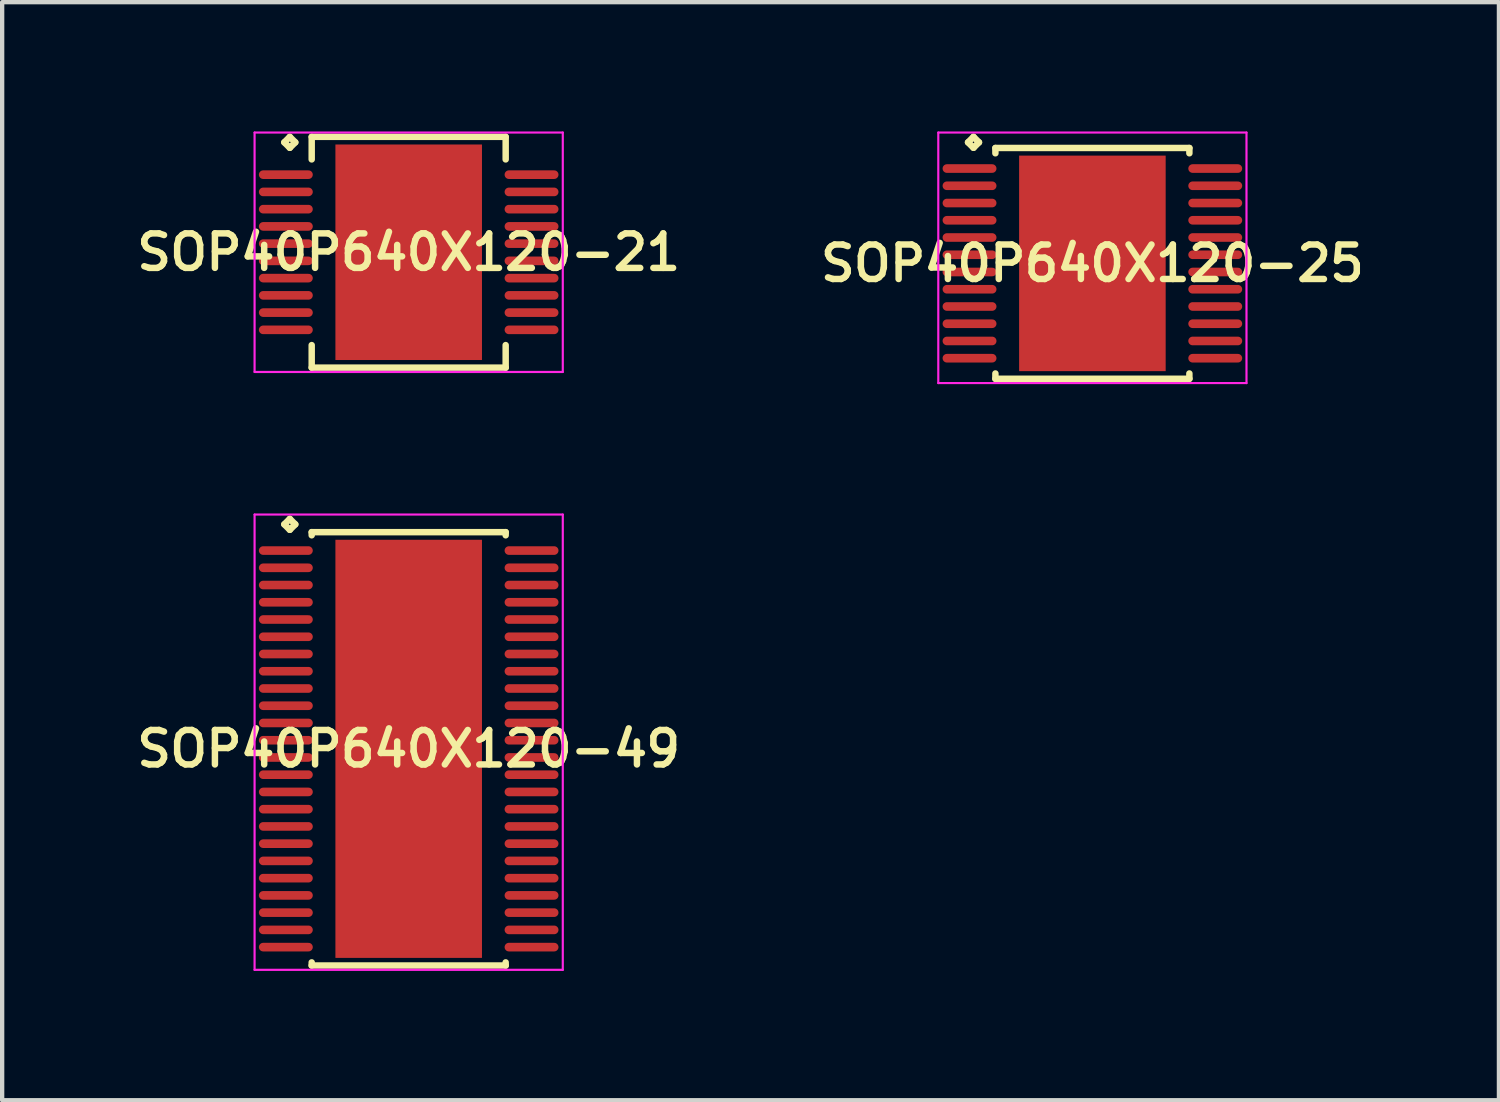
<source format=kicad_pcb>
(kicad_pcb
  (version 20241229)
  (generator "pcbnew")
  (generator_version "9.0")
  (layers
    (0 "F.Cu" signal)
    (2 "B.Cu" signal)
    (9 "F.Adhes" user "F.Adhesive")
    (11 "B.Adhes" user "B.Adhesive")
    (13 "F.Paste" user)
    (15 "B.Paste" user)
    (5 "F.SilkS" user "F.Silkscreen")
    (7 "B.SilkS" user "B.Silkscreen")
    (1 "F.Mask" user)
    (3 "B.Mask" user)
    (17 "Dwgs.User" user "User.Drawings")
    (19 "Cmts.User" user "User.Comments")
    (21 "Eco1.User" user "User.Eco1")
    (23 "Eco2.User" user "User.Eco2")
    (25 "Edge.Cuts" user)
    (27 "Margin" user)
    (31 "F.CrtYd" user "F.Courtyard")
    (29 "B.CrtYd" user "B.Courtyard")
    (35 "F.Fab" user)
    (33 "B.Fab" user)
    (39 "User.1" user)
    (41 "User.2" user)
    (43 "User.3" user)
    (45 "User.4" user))
  (footprint "SOP40P640X120-49"
    (layer "F.Cu")
    (at 6.431 14.322)
    (property "Reference" "SOP40P640X120-49" (at 0 0 0) (layer "F.SilkS") (effects (font (size 0.8 0.8) (thickness 0.15))))
    (attr smd)
    (fp_line (start -2.885 -5.208) (end -2.758 -5.335) (stroke (width 0.15) (type solid)) (layer "F.SilkS"))
    (fp_line (start -2.758 -5.335) (end -2.631 -5.208) (stroke (width 0.15) (type solid)) (layer "F.SilkS"))
    (fp_line (start -2.758 -5.081) (end -2.885 -5.208) (stroke (width 0.15) (type solid)) (layer "F.SilkS"))
    (fp_line (start -2.631 -5.208) (end -2.758 -5.081) (stroke (width 0.15) (type solid)) (layer "F.SilkS"))
    (fp_line (start -2.25 -5.027) (end 2.25 -5.027) (stroke (width 0.15) (type solid)) (layer "F.SilkS"))
    (fp_line (start -2.25 -4.954) (end -2.25 -5.027) (stroke (width 0.15) (type solid)) (layer "F.SilkS"))
    (fp_line (start -2.25 4.954) (end -2.25 5.027) (stroke (width 0.15) (type solid)) (layer "F.SilkS"))
    (fp_line (start -2.25 5.027) (end 2.25 5.027) (stroke (width 0.15) (type solid)) (layer "F.SilkS"))
    (fp_line (start 2.25 -5.027) (end 2.25 -4.954) (stroke (width 0.15) (type solid)) (layer "F.SilkS"))
    (fp_line (start 2.25 5.027) (end 2.25 4.954) (stroke (width 0.15) (type solid)) (layer "F.SilkS"))
    (fp_line (start -3.575 -5.435) (end 3.575 -5.435) (stroke (width 0.05) (type solid)) (layer "F.CrtYd"))
    (fp_line (start -3.575 5.127) (end -3.575 -5.435) (stroke (width 0.05) (type solid)) (layer "F.CrtYd"))
    (fp_line (start 3.575 -5.435) (end 3.575 5.127) (stroke (width 0.05) (type solid)) (layer "F.CrtYd"))
    (fp_line (start 3.575 5.127) (end -3.575 5.127) (stroke (width 0.05) (type solid)) (layer "F.CrtYd"))
    (pad "1" smd oval (at -2.85 -4.6) (size 1.25 0.2) (layers "F.Cu" "F.Mask" "F.Paste"))
    (pad "2" smd oval (at -2.85 -4.2) (size 1.25 0.2) (layers "F.Cu" "F.Mask" "F.Paste"))
    (pad "3" smd oval (at -2.85 -3.8) (size 1.25 0.2) (layers "F.Cu" "F.Mask" "F.Paste"))
    (pad "4" smd oval (at -2.85 -3.4) (size 1.25 0.2) (layers "F.Cu" "F.Mask" "F.Paste"))
    (pad "5" smd oval (at -2.85 -3) (size 1.25 0.2) (layers "F.Cu" "F.Mask" "F.Paste"))
    (pad "6" smd oval (at -2.85 -2.6) (size 1.25 0.2) (layers "F.Cu" "F.Mask" "F.Paste"))
    (pad "7" smd oval (at -2.85 -2.2) (size 1.25 0.2) (layers "F.Cu" "F.Mask" "F.Paste"))
    (pad "8" smd oval (at -2.85 -1.8) (size 1.25 0.2) (layers "F.Cu" "F.Mask" "F.Paste"))
    (pad "9" smd oval (at -2.85 -1.4) (size 1.25 0.2) (layers "F.Cu" "F.Mask" "F.Paste"))
    (pad "10" smd oval (at -2.85 -1) (size 1.25 0.2) (layers "F.Cu" "F.Mask" "F.Paste"))
    (pad "11" smd oval (at -2.85 -0.6) (size 1.25 0.2) (layers "F.Cu" "F.Mask" "F.Paste"))
    (pad "12" smd oval (at -2.85 -0.2) (size 1.25 0.2) (layers "F.Cu" "F.Mask" "F.Paste"))
    (pad "13" smd oval (at -2.85 0.2) (size 1.25 0.2) (layers "F.Cu" "F.Mask" "F.Paste"))
    (pad "14" smd oval (at -2.85 0.6) (size 1.25 0.2) (layers "F.Cu" "F.Mask" "F.Paste"))
    (pad "15" smd oval (at -2.85 1) (size 1.25 0.2) (layers "F.Cu" "F.Mask" "F.Paste"))
    (pad "16" smd oval (at -2.85 1.4) (size 1.25 0.2) (layers "F.Cu" "F.Mask" "F.Paste"))
    (pad "17" smd oval (at -2.85 1.8) (size 1.25 0.2) (layers "F.Cu" "F.Mask" "F.Paste"))
    (pad "18" smd oval (at -2.85 2.2) (size 1.25 0.2) (layers "F.Cu" "F.Mask" "F.Paste"))
    (pad "19" smd oval (at -2.85 2.6) (size 1.25 0.2) (layers "F.Cu" "F.Mask" "F.Paste"))
    (pad "20" smd oval (at -2.85 3) (size 1.25 0.2) (layers "F.Cu" "F.Mask" "F.Paste"))
    (pad "21" smd oval (at -2.85 3.4) (size 1.25 0.2) (layers "F.Cu" "F.Mask" "F.Paste"))
    (pad "22" smd oval (at -2.85 3.8) (size 1.25 0.2) (layers "F.Cu" "F.Mask" "F.Paste"))
    (pad "23" smd oval (at -2.85 4.2) (size 1.25 0.2) (layers "F.Cu" "F.Mask" "F.Paste"))
    (pad "24" smd oval (at -2.85 4.6) (size 1.25 0.2) (layers "F.Cu" "F.Mask" "F.Paste"))
    (pad "25" smd oval (at 2.85 4.6) (size 1.25 0.2) (layers "F.Cu" "F.Mask" "F.Paste"))
    (pad "26" smd oval (at 2.85 4.2) (size 1.25 0.2) (layers "F.Cu" "F.Mask" "F.Paste"))
    (pad "27" smd oval (at 2.85 3.8) (size 1.25 0.2) (layers "F.Cu" "F.Mask" "F.Paste"))
    (pad "28" smd oval (at 2.85 3.4) (size 1.25 0.2) (layers "F.Cu" "F.Mask" "F.Paste"))
    (pad "29" smd oval (at 2.85 3) (size 1.25 0.2) (layers "F.Cu" "F.Mask" "F.Paste"))
    (pad "30" smd oval (at 2.85 2.6) (size 1.25 0.2) (layers "F.Cu" "F.Mask" "F.Paste"))
    (pad "31" smd oval (at 2.85 2.2) (size 1.25 0.2) (layers "F.Cu" "F.Mask" "F.Paste"))
    (pad "32" smd oval (at 2.85 1.8) (size 1.25 0.2) (layers "F.Cu" "F.Mask" "F.Paste"))
    (pad "33" smd oval (at 2.85 1.4) (size 1.25 0.2) (layers "F.Cu" "F.Mask" "F.Paste"))
    (pad "34" smd oval (at 2.85 1) (size 1.25 0.2) (layers "F.Cu" "F.Mask" "F.Paste"))
    (pad "35" smd oval (at 2.85 0.6) (size 1.25 0.2) (layers "F.Cu" "F.Mask" "F.Paste"))
    (pad "36" smd oval (at 2.85 0.2) (size 1.25 0.2) (layers "F.Cu" "F.Mask" "F.Paste"))
    (pad "37" smd oval (at 2.85 -0.2) (size 1.25 0.2) (layers "F.Cu" "F.Mask" "F.Paste"))
    (pad "38" smd oval (at 2.85 -0.6) (size 1.25 0.2) (layers "F.Cu" "F.Mask" "F.Paste"))
    (pad "39" smd oval (at 2.85 -1) (size 1.25 0.2) (layers "F.Cu" "F.Mask" "F.Paste"))
    (pad "40" smd oval (at 2.85 -1.4) (size 1.25 0.2) (layers "F.Cu" "F.Mask" "F.Paste"))
    (pad "41" smd oval (at 2.85 -1.8) (size 1.25 0.2) (layers "F.Cu" "F.Mask" "F.Paste"))
    (pad "42" smd oval (at 2.85 -2.2) (size 1.25 0.2) (layers "F.Cu" "F.Mask" "F.Paste"))
    (pad "43" smd oval (at 2.85 -2.6) (size 1.25 0.2) (layers "F.Cu" "F.Mask" "F.Paste"))
    (pad "44" smd oval (at 2.85 -3) (size 1.25 0.2) (layers "F.Cu" "F.Mask" "F.Paste"))
    (pad "45" smd oval (at 2.85 -3.4) (size 1.25 0.2) (layers "F.Cu" "F.Mask" "F.Paste"))
    (pad "46" smd oval (at 2.85 -3.8) (size 1.25 0.2) (layers "F.Cu" "F.Mask" "F.Paste"))
    (pad "47" smd oval (at 2.85 -4.2) (size 1.25 0.2) (layers "F.Cu" "F.Mask" "F.Paste"))
    (pad "48" smd oval (at 2.85 -4.6) (size 1.25 0.2) (layers "F.Cu" "F.Mask" "F.Paste"))
    (pad "49" smd rect (at 0 0) (size 3.4 9.7) (layers "F.Cu" "F.Mask" "F.Paste")))
  (footprint "SOP40P640X120-25"
    (layer "F.Cu")
    (at 22.292 3.06)
    (property "Reference" "SOP40P640X120-25" (at 0 0 0) (layer "F.SilkS") (effects (font (size 0.8 0.8) (thickness 0.15))))
    (attr smd)
    (fp_line (start -2.885 -2.808) (end -2.758 -2.935) (stroke (width 0.15) (type solid)) (layer "F.SilkS"))
    (fp_line (start -2.758 -2.935) (end -2.631 -2.808) (stroke (width 0.15) (type solid)) (layer "F.SilkS"))
    (fp_line (start -2.758 -2.681) (end -2.885 -2.808) (stroke (width 0.15) (type solid)) (layer "F.SilkS"))
    (fp_line (start -2.631 -2.808) (end -2.758 -2.681) (stroke (width 0.15) (type solid)) (layer "F.SilkS"))
    (fp_line (start -2.25 -2.677) (end 2.25 -2.677) (stroke (width 0.15) (type solid)) (layer "F.SilkS"))
    (fp_line (start -2.25 -2.554) (end -2.25 -2.677) (stroke (width 0.15) (type solid)) (layer "F.SilkS"))
    (fp_line (start -2.25 2.554) (end -2.25 2.677) (stroke (width 0.15) (type solid)) (layer "F.SilkS"))
    (fp_line (start -2.25 2.677) (end 2.25 2.677) (stroke (width 0.15) (type solid)) (layer "F.SilkS"))
    (fp_line (start 2.25 -2.677) (end 2.25 -2.554) (stroke (width 0.15) (type solid)) (layer "F.SilkS"))
    (fp_line (start 2.25 2.677) (end 2.25 2.554) (stroke (width 0.15) (type solid)) (layer "F.SilkS"))
    (fp_line (start -3.575 -3.035) (end 3.575 -3.035) (stroke (width 0.05) (type solid)) (layer "F.CrtYd"))
    (fp_line (start -3.575 2.777) (end -3.575 -3.035) (stroke (width 0.05) (type solid)) (layer "F.CrtYd"))
    (fp_line (start 3.575 -3.035) (end 3.575 2.777) (stroke (width 0.05) (type solid)) (layer "F.CrtYd"))
    (fp_line (start 3.575 2.777) (end -3.575 2.777) (stroke (width 0.05) (type solid)) (layer "F.CrtYd"))
    (pad "1" smd oval (at -2.85 -2.2) (size 1.25 0.2) (layers "F.Cu" "F.Mask" "F.Paste"))
    (pad "2" smd oval (at -2.85 -1.8) (size 1.25 0.2) (layers "F.Cu" "F.Mask" "F.Paste"))
    (pad "3" smd oval (at -2.85 -1.4) (size 1.25 0.2) (layers "F.Cu" "F.Mask" "F.Paste"))
    (pad "4" smd oval (at -2.85 -1) (size 1.25 0.2) (layers "F.Cu" "F.Mask" "F.Paste"))
    (pad "5" smd oval (at -2.85 -0.6) (size 1.25 0.2) (layers "F.Cu" "F.Mask" "F.Paste"))
    (pad "6" smd oval (at -2.85 -0.2) (size 1.25 0.2) (layers "F.Cu" "F.Mask" "F.Paste"))
    (pad "7" smd oval (at -2.85 0.2) (size 1.25 0.2) (layers "F.Cu" "F.Mask" "F.Paste"))
    (pad "8" smd oval (at -2.85 0.6) (size 1.25 0.2) (layers "F.Cu" "F.Mask" "F.Paste"))
    (pad "9" smd oval (at -2.85 1) (size 1.25 0.2) (layers "F.Cu" "F.Mask" "F.Paste"))
    (pad "10" smd oval (at -2.85 1.4) (size 1.25 0.2) (layers "F.Cu" "F.Mask" "F.Paste"))
    (pad "11" smd oval (at -2.85 1.8) (size 1.25 0.2) (layers "F.Cu" "F.Mask" "F.Paste"))
    (pad "12" smd oval (at -2.85 2.2) (size 1.25 0.2) (layers "F.Cu" "F.Mask" "F.Paste"))
    (pad "13" smd oval (at 2.85 2.2) (size 1.25 0.2) (layers "F.Cu" "F.Mask" "F.Paste"))
    (pad "14" smd oval (at 2.85 1.8) (size 1.25 0.2) (layers "F.Cu" "F.Mask" "F.Paste"))
    (pad "15" smd oval (at 2.85 1.4) (size 1.25 0.2) (layers "F.Cu" "F.Mask" "F.Paste"))
    (pad "16" smd oval (at 2.85 1) (size 1.25 0.2) (layers "F.Cu" "F.Mask" "F.Paste"))
    (pad "17" smd oval (at 2.85 0.6) (size 1.25 0.2) (layers "F.Cu" "F.Mask" "F.Paste"))
    (pad "18" smd oval (at 2.85 0.2) (size 1.25 0.2) (layers "F.Cu" "F.Mask" "F.Paste"))
    (pad "19" smd oval (at 2.85 -0.2) (size 1.25 0.2) (layers "F.Cu" "F.Mask" "F.Paste"))
    (pad "20" smd oval (at 2.85 -0.6) (size 1.25 0.2) (layers "F.Cu" "F.Mask" "F.Paste"))
    (pad "21" smd oval (at 2.85 -1) (size 1.25 0.2) (layers "F.Cu" "F.Mask" "F.Paste"))
    (pad "22" smd oval (at 2.85 -1.4) (size 1.25 0.2) (layers "F.Cu" "F.Mask" "F.Paste"))
    (pad "23" smd oval (at 2.85 -1.8) (size 1.25 0.2) (layers "F.Cu" "F.Mask" "F.Paste"))
    (pad "24" smd oval (at 2.85 -2.2) (size 1.25 0.2) (layers "F.Cu" "F.Mask" "F.Paste"))
    (pad "25" smd rect (at 0 0) (size 3.4 5) (layers "F.Cu" "F.Mask" "F.Paste")))
  (footprint "SOP40P640X120-21"
    (layer "F.Cu")
    (at 6.431 2.802)
    (property "Reference" "SOP40P640X120-21" (at 0 0 0) (layer "F.SilkS") (effects (font (size 0.8 0.8) (thickness 0.15))))
    (attr smd)
    (fp_line (start -2.885 -2.55) (end -2.758 -2.677) (stroke (width 0.15) (type solid)) (layer "F.SilkS"))
    (fp_line (start -2.758 -2.677) (end -2.631 -2.55) (stroke (width 0.15) (type solid)) (layer "F.SilkS"))
    (fp_line (start -2.758 -2.423) (end -2.885 -2.55) (stroke (width 0.15) (type solid)) (layer "F.SilkS"))
    (fp_line (start -2.631 -2.55) (end -2.758 -2.423) (stroke (width 0.15) (type solid)) (layer "F.SilkS"))
    (fp_line (start -2.25 -2.677) (end 2.25 -2.677) (stroke (width 0.15) (type solid)) (layer "F.SilkS"))
    (fp_line (start -2.25 -2.154) (end -2.25 -2.677) (stroke (width 0.15) (type solid)) (layer "F.SilkS"))
    (fp_line (start -2.25 2.154) (end -2.25 2.677) (stroke (width 0.15) (type solid)) (layer "F.SilkS"))
    (fp_line (start -2.25 2.677) (end 2.25 2.677) (stroke (width 0.15) (type solid)) (layer "F.SilkS"))
    (fp_line (start 2.25 -2.677) (end 2.25 -2.154) (stroke (width 0.15) (type solid)) (layer "F.SilkS"))
    (fp_line (start 2.25 2.677) (end 2.25 2.154) (stroke (width 0.15) (type solid)) (layer "F.SilkS"))
    (fp_line (start -3.575 -2.777) (end 3.575 -2.777) (stroke (width 0.05) (type solid)) (layer "F.CrtYd"))
    (fp_line (start -3.575 2.777) (end -3.575 -2.777) (stroke (width 0.05) (type solid)) (layer "F.CrtYd"))
    (fp_line (start 3.575 -2.777) (end 3.575 2.777) (stroke (width 0.05) (type solid)) (layer "F.CrtYd"))
    (fp_line (start 3.575 2.777) (end -3.575 2.777) (stroke (width 0.05) (type solid)) (layer "F.CrtYd"))
    (pad "1" smd oval (at -2.85 -1.8) (size 1.25 0.2) (layers "F.Cu" "F.Mask" "F.Paste"))
    (pad "2" smd oval (at -2.85 -1.4) (size 1.25 0.2) (layers "F.Cu" "F.Mask" "F.Paste"))
    (pad "3" smd oval (at -2.85 -1) (size 1.25 0.2) (layers "F.Cu" "F.Mask" "F.Paste"))
    (pad "4" smd oval (at -2.85 -0.6) (size 1.25 0.2) (layers "F.Cu" "F.Mask" "F.Paste"))
    (pad "5" smd oval (at -2.85 -0.2) (size 1.25 0.2) (layers "F.Cu" "F.Mask" "F.Paste"))
    (pad "6" smd oval (at -2.85 0.2) (size 1.25 0.2) (layers "F.Cu" "F.Mask" "F.Paste"))
    (pad "7" smd oval (at -2.85 0.6) (size 1.25 0.2) (layers "F.Cu" "F.Mask" "F.Paste"))
    (pad "8" smd oval (at -2.85 1) (size 1.25 0.2) (layers "F.Cu" "F.Mask" "F.Paste"))
    (pad "9" smd oval (at -2.85 1.4) (size 1.25 0.2) (layers "F.Cu" "F.Mask" "F.Paste"))
    (pad "10" smd oval (at -2.85 1.8) (size 1.25 0.2) (layers "F.Cu" "F.Mask" "F.Paste"))
    (pad "11" smd oval (at 2.85 1.8) (size 1.25 0.2) (layers "F.Cu" "F.Mask" "F.Paste"))
    (pad "12" smd oval (at 2.85 1.4) (size 1.25 0.2) (layers "F.Cu" "F.Mask" "F.Paste"))
    (pad "13" smd oval (at 2.85 1) (size 1.25 0.2) (layers "F.Cu" "F.Mask" "F.Paste"))
    (pad "14" smd oval (at 2.85 0.6) (size 1.25 0.2) (layers "F.Cu" "F.Mask" "F.Paste"))
    (pad "15" smd oval (at 2.85 0.2) (size 1.25 0.2) (layers "F.Cu" "F.Mask" "F.Paste"))
    (pad "16" smd oval (at 2.85 -0.2) (size 1.25 0.2) (layers "F.Cu" "F.Mask" "F.Paste"))
    (pad "17" smd oval (at 2.85 -0.6) (size 1.25 0.2) (layers "F.Cu" "F.Mask" "F.Paste"))
    (pad "18" smd oval (at 2.85 -1) (size 1.25 0.2) (layers "F.Cu" "F.Mask" "F.Paste"))
    (pad "19" smd oval (at 2.85 -1.4) (size 1.25 0.2) (layers "F.Cu" "F.Mask" "F.Paste"))
    (pad "20" smd oval (at 2.85 -1.8) (size 1.25 0.2) (layers "F.Cu" "F.Mask" "F.Paste"))
    (pad "21" smd rect (at 0 0) (size 3.4 5) (layers "F.Cu" "F.Mask" "F.Paste")))
  (gr_rect
    (start -3 -3)
    (end 31.723 22.474)
    (stroke (width 0.1) (type default))
    (fill no)
    (layer "Edge.Cuts")))
</source>
